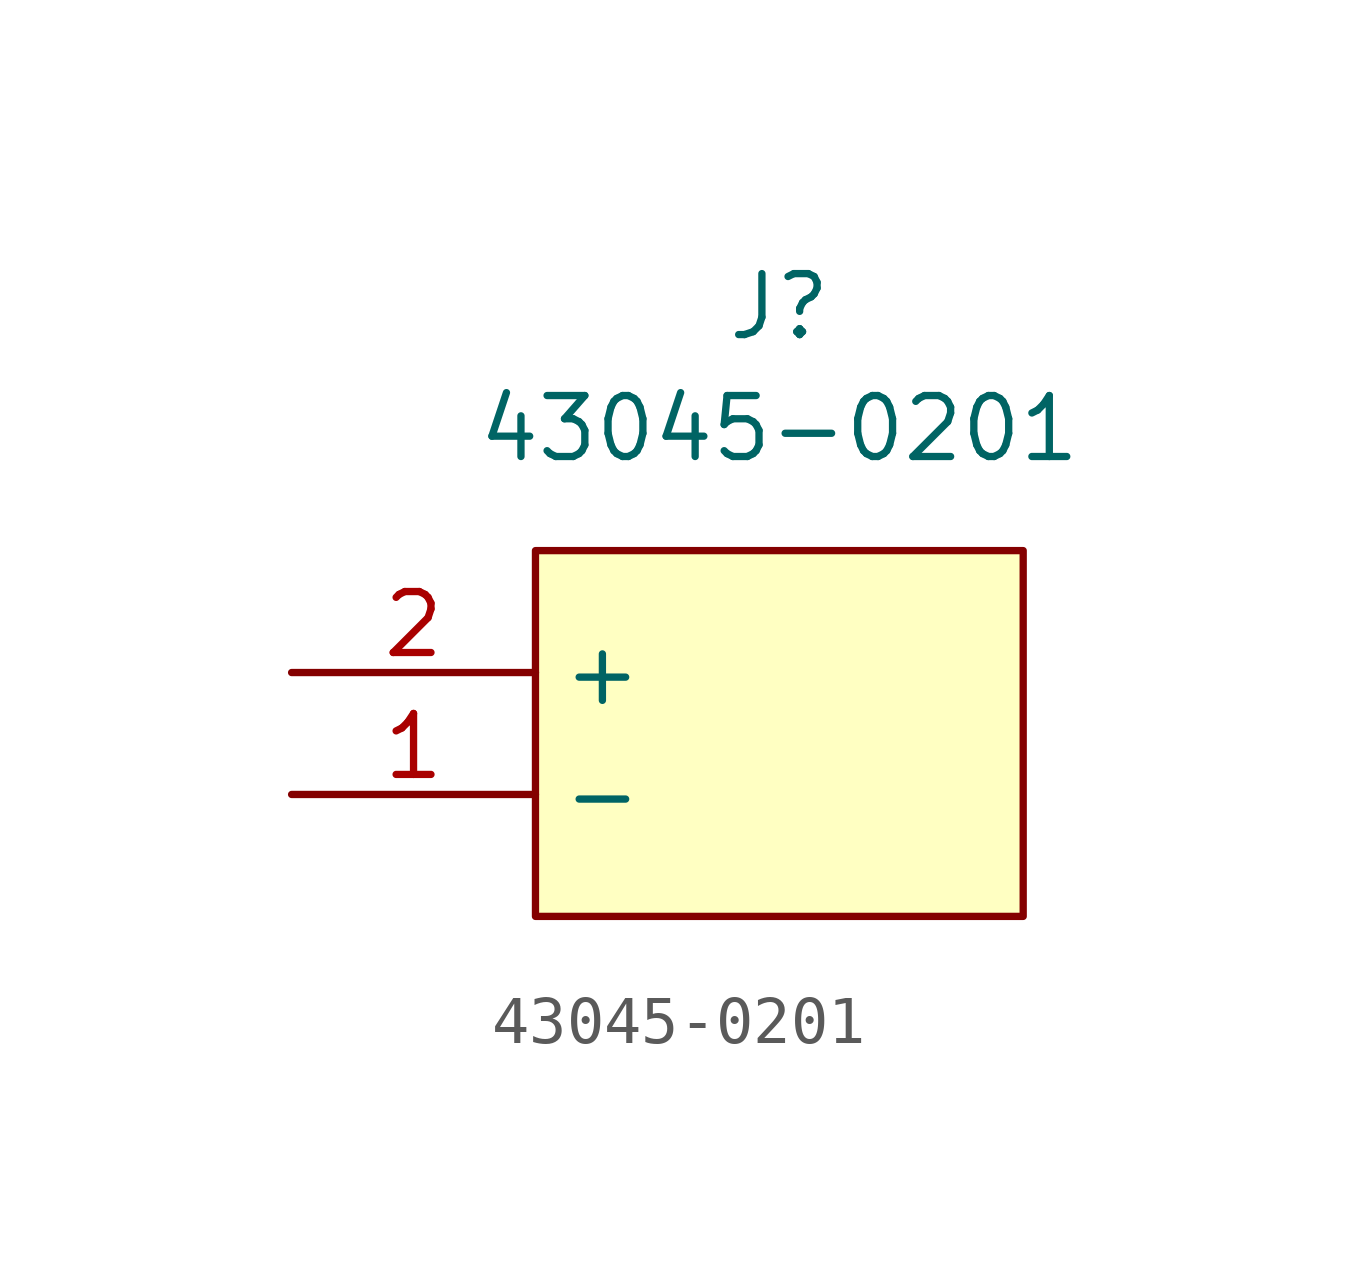
<source format=kicad_sym>
(kicad_symbol_lib
  (version 20241209)
  (generator "kicad_symbol_editor")
  (generator_version "9.0")
  (symbol "43045-0201"
    (property "Reference" "J"
      (at 0 5.08 0)
      (effects (font (size 1.27 1.27))))
    (property "Value" "43045-0201"
      (at 0 2.54 0)
      (effects (font (size 1.27 1.27))))
    (symbol "43045-0201_1_1"
      (rectangle (start -5.08 0) (end 5.08 -7.62) (stroke (width 0) (type solid)) (fill (type background)))
      (pin passive line (at -10.16 -2.54 0) (length 5.08) (name "+" (effects (font (size 1.27 1.27)))) (number "2" (effects (font (size 1.27 1.27)))))
      (pin passive line (at -10.16 -5.08 0) (length 5.08) (name "-" (effects (font (size 1.27 1.27)))) (number "1" (effects (font (size 1.27 1.27))))))))
</source>
